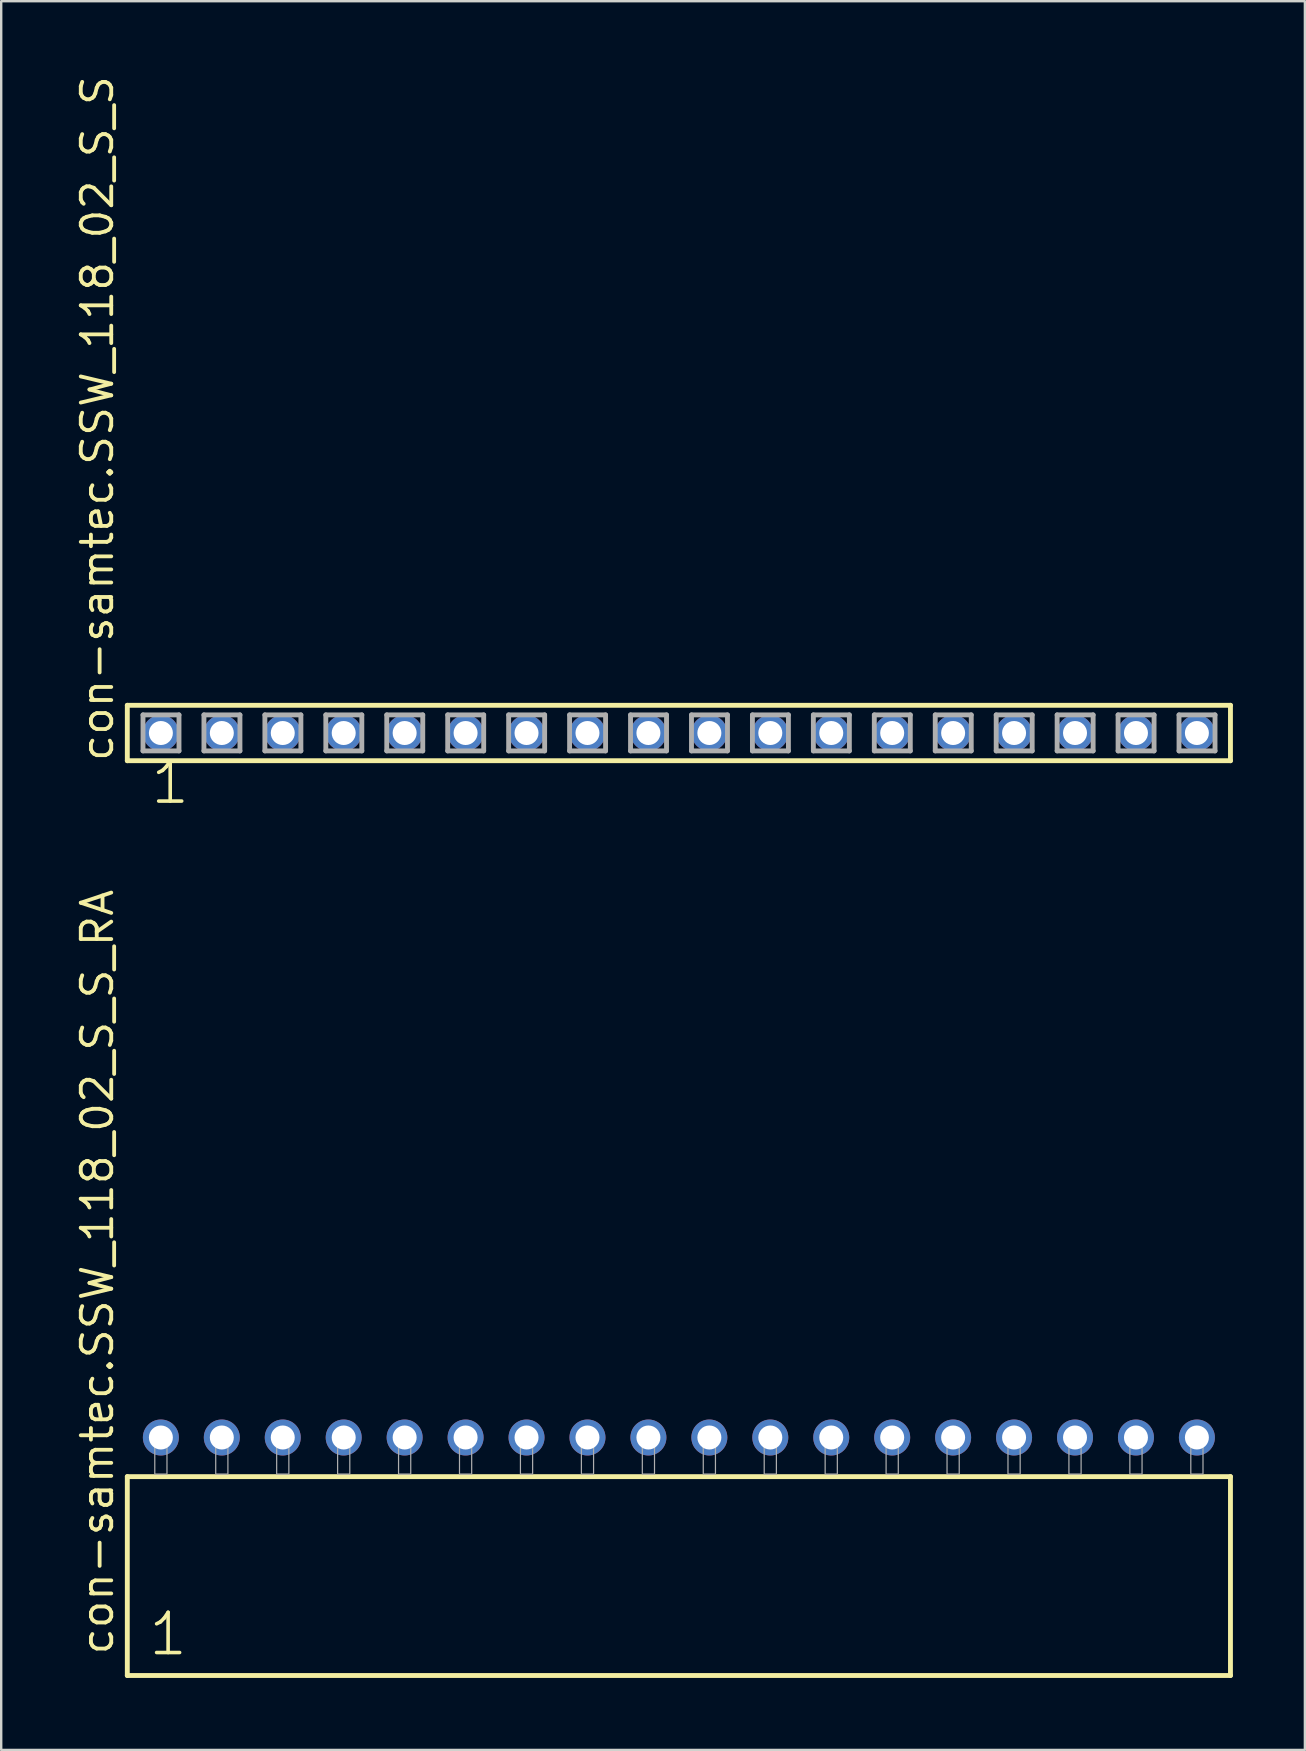
<source format=kicad_pcb>
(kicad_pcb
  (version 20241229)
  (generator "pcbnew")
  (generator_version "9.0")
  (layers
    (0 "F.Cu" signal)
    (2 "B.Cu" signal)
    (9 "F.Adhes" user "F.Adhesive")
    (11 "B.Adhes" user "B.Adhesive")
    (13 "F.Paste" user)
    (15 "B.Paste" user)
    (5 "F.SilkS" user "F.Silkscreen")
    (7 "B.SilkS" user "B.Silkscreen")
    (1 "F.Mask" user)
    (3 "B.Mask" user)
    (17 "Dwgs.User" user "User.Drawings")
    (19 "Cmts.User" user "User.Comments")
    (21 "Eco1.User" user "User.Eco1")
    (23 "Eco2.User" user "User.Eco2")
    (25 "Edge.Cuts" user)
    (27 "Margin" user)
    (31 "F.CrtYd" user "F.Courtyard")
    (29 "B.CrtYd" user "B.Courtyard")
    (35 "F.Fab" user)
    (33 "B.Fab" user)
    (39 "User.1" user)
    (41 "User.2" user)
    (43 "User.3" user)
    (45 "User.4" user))
  (footprint "con-samtec.SSW_118_02_S_S"
    (layer "F.Cu")
    (at 25.245 27.501)
    (property "Reference" "con-samtec.SSW_118_02_S_S" (at -23.495 1.27 90) (layer "F.SilkS") (effects (font (size 1.27 1.27) (thickness 0.16)) (justify left bottom)))
    (attr through_hole)
    (fp_line (start -22.989 -1.155) (end 22.989 -1.155) (stroke (width 0.203) (type default)) (layer "F.SilkS"))
    (fp_line (start -22.989 1.155) (end -22.989 -1.155) (stroke (width 0.203) (type default)) (layer "F.SilkS"))
    (fp_line (start 22.989 -1.155) (end 22.989 1.155) (stroke (width 0.203) (type default)) (layer "F.SilkS"))
    (fp_line (start 22.989 1.155) (end -22.989 1.155) (stroke (width 0.203) (type default)) (layer "F.SilkS"))
    (fp_line (start -22.335 -0.755) (end -20.835 -0.755) (stroke (width 0.203) (type default)) (layer "F.Fab"))
    (fp_line (start -22.335 0.745) (end -22.335 -0.755) (stroke (width 0.203) (type default)) (layer "F.Fab"))
    (fp_line (start -20.835 -0.755) (end -20.835 0.745) (stroke (width 0.203) (type default)) (layer "F.Fab"))
    (fp_line (start -20.835 0.745) (end -22.335 0.745) (stroke (width 0.203) (type default)) (layer "F.Fab"))
    (fp_line (start -19.795 -0.755) (end -18.295 -0.755) (stroke (width 0.203) (type default)) (layer "F.Fab"))
    (fp_line (start -19.795 0.745) (end -19.795 -0.755) (stroke (width 0.203) (type default)) (layer "F.Fab"))
    (fp_line (start -18.295 -0.755) (end -18.295 0.745) (stroke (width 0.203) (type default)) (layer "F.Fab"))
    (fp_line (start -18.295 0.745) (end -19.795 0.745) (stroke (width 0.203) (type default)) (layer "F.Fab"))
    (fp_line (start -17.255 -0.755) (end -15.755 -0.755) (stroke (width 0.203) (type default)) (layer "F.Fab"))
    (fp_line (start -17.255 0.745) (end -17.255 -0.755) (stroke (width 0.203) (type default)) (layer "F.Fab"))
    (fp_line (start -15.755 -0.755) (end -15.755 0.745) (stroke (width 0.203) (type default)) (layer "F.Fab"))
    (fp_line (start -15.755 0.745) (end -17.255 0.745) (stroke (width 0.203) (type default)) (layer "F.Fab"))
    (fp_line (start -14.715 -0.755) (end -13.215 -0.755) (stroke (width 0.203) (type default)) (layer "F.Fab"))
    (fp_line (start -14.715 0.745) (end -14.715 -0.755) (stroke (width 0.203) (type default)) (layer "F.Fab"))
    (fp_line (start -13.215 -0.755) (end -13.215 0.745) (stroke (width 0.203) (type default)) (layer "F.Fab"))
    (fp_line (start -13.215 0.745) (end -14.715 0.745) (stroke (width 0.203) (type default)) (layer "F.Fab"))
    (fp_line (start -12.175 -0.755) (end -10.675 -0.755) (stroke (width 0.203) (type default)) (layer "F.Fab"))
    (fp_line (start -12.175 0.745) (end -12.175 -0.755) (stroke (width 0.203) (type default)) (layer "F.Fab"))
    (fp_line (start -10.675 -0.755) (end -10.675 0.745) (stroke (width 0.203) (type default)) (layer "F.Fab"))
    (fp_line (start -10.675 0.745) (end -12.175 0.745) (stroke (width 0.203) (type default)) (layer "F.Fab"))
    (fp_line (start -9.635 -0.755) (end -8.135 -0.755) (stroke (width 0.203) (type default)) (layer "F.Fab"))
    (fp_line (start -9.635 0.745) (end -9.635 -0.755) (stroke (width 0.203) (type default)) (layer "F.Fab"))
    (fp_line (start -8.135 -0.755) (end -8.135 0.745) (stroke (width 0.203) (type default)) (layer "F.Fab"))
    (fp_line (start -8.135 0.745) (end -9.635 0.745) (stroke (width 0.203) (type default)) (layer "F.Fab"))
    (fp_line (start -7.095 -0.755) (end -5.595 -0.755) (stroke (width 0.203) (type default)) (layer "F.Fab"))
    (fp_line (start -7.095 0.745) (end -7.095 -0.755) (stroke (width 0.203) (type default)) (layer "F.Fab"))
    (fp_line (start -5.595 -0.755) (end -5.595 0.745) (stroke (width 0.203) (type default)) (layer "F.Fab"))
    (fp_line (start -5.595 0.745) (end -7.095 0.745) (stroke (width 0.203) (type default)) (layer "F.Fab"))
    (fp_line (start -4.555 -0.755) (end -3.055 -0.755) (stroke (width 0.203) (type default)) (layer "F.Fab"))
    (fp_line (start -4.555 0.745) (end -4.555 -0.755) (stroke (width 0.203) (type default)) (layer "F.Fab"))
    (fp_line (start -3.055 -0.755) (end -3.055 0.745) (stroke (width 0.203) (type default)) (layer "F.Fab"))
    (fp_line (start -3.055 0.745) (end -4.555 0.745) (stroke (width 0.203) (type default)) (layer "F.Fab"))
    (fp_line (start -2.015 -0.755) (end -0.515 -0.755) (stroke (width 0.203) (type default)) (layer "F.Fab"))
    (fp_line (start -2.015 0.745) (end -2.015 -0.755) (stroke (width 0.203) (type default)) (layer "F.Fab"))
    (fp_line (start -0.515 -0.755) (end -0.515 0.745) (stroke (width 0.203) (type default)) (layer "F.Fab"))
    (fp_line (start -0.515 0.745) (end -2.015 0.745) (stroke (width 0.203) (type default)) (layer "F.Fab"))
    (fp_line (start 0.525 -0.755) (end 2.025 -0.755) (stroke (width 0.203) (type default)) (layer "F.Fab"))
    (fp_line (start 0.525 0.745) (end 0.525 -0.755) (stroke (width 0.203) (type default)) (layer "F.Fab"))
    (fp_line (start 2.025 -0.755) (end 2.025 0.745) (stroke (width 0.203) (type default)) (layer "F.Fab"))
    (fp_line (start 2.025 0.745) (end 0.525 0.745) (stroke (width 0.203) (type default)) (layer "F.Fab"))
    (fp_line (start 3.065 -0.755) (end 4.565 -0.755) (stroke (width 0.203) (type default)) (layer "F.Fab"))
    (fp_line (start 3.065 0.745) (end 3.065 -0.755) (stroke (width 0.203) (type default)) (layer "F.Fab"))
    (fp_line (start 4.565 -0.755) (end 4.565 0.745) (stroke (width 0.203) (type default)) (layer "F.Fab"))
    (fp_line (start 4.565 0.745) (end 3.065 0.745) (stroke (width 0.203) (type default)) (layer "F.Fab"))
    (fp_line (start 5.605 -0.755) (end 7.105 -0.755) (stroke (width 0.203) (type default)) (layer "F.Fab"))
    (fp_line (start 5.605 0.745) (end 5.605 -0.755) (stroke (width 0.203) (type default)) (layer "F.Fab"))
    (fp_line (start 7.105 -0.755) (end 7.105 0.745) (stroke (width 0.203) (type default)) (layer "F.Fab"))
    (fp_line (start 7.105 0.745) (end 5.605 0.745) (stroke (width 0.203) (type default)) (layer "F.Fab"))
    (fp_line (start 8.145 -0.755) (end 9.645 -0.755) (stroke (width 0.203) (type default)) (layer "F.Fab"))
    (fp_line (start 8.145 0.745) (end 8.145 -0.755) (stroke (width 0.203) (type default)) (layer "F.Fab"))
    (fp_line (start 9.645 -0.755) (end 9.645 0.745) (stroke (width 0.203) (type default)) (layer "F.Fab"))
    (fp_line (start 9.645 0.745) (end 8.145 0.745) (stroke (width 0.203) (type default)) (layer "F.Fab"))
    (fp_line (start 10.685 -0.755) (end 12.185 -0.755) (stroke (width 0.203) (type default)) (layer "F.Fab"))
    (fp_line (start 10.685 0.745) (end 10.685 -0.755) (stroke (width 0.203) (type default)) (layer "F.Fab"))
    (fp_line (start 12.185 -0.755) (end 12.185 0.745) (stroke (width 0.203) (type default)) (layer "F.Fab"))
    (fp_line (start 12.185 0.745) (end 10.685 0.745) (stroke (width 0.203) (type default)) (layer "F.Fab"))
    (fp_line (start 13.225 -0.755) (end 14.725 -0.755) (stroke (width 0.203) (type default)) (layer "F.Fab"))
    (fp_line (start 13.225 0.745) (end 13.225 -0.755) (stroke (width 0.203) (type default)) (layer "F.Fab"))
    (fp_line (start 14.725 -0.755) (end 14.725 0.745) (stroke (width 0.203) (type default)) (layer "F.Fab"))
    (fp_line (start 14.725 0.745) (end 13.225 0.745) (stroke (width 0.203) (type default)) (layer "F.Fab"))
    (fp_line (start 15.765 -0.755) (end 17.265 -0.755) (stroke (width 0.203) (type default)) (layer "F.Fab"))
    (fp_line (start 15.765 0.745) (end 15.765 -0.755) (stroke (width 0.203) (type default)) (layer "F.Fab"))
    (fp_line (start 17.265 -0.755) (end 17.265 0.745) (stroke (width 0.203) (type default)) (layer "F.Fab"))
    (fp_line (start 17.265 0.745) (end 15.765 0.745) (stroke (width 0.203) (type default)) (layer "F.Fab"))
    (fp_line (start 18.305 -0.755) (end 19.805 -0.755) (stroke (width 0.203) (type default)) (layer "F.Fab"))
    (fp_line (start 18.305 0.745) (end 18.305 -0.755) (stroke (width 0.203) (type default)) (layer "F.Fab"))
    (fp_line (start 19.805 -0.755) (end 19.805 0.745) (stroke (width 0.203) (type default)) (layer "F.Fab"))
    (fp_line (start 19.805 0.745) (end 18.305 0.745) (stroke (width 0.203) (type default)) (layer "F.Fab"))
    (fp_line (start 20.845 -0.755) (end 22.345 -0.755) (stroke (width 0.203) (type default)) (layer "F.Fab"))
    (fp_line (start 20.845 0.745) (end 20.845 -0.755) (stroke (width 0.203) (type default)) (layer "F.Fab"))
    (fp_line (start 22.345 -0.755) (end 22.345 0.745) (stroke (width 0.203) (type default)) (layer "F.Fab"))
    (fp_line (start 22.345 0.745) (end 20.845 0.745) (stroke (width 0.203) (type default)) (layer "F.Fab"))
    (fp_text user "1" (at -22.098 3.048 0) (layer "F.SilkS") (effects (font (size 1.676 1.676) (thickness 0.15)) (justify left bottom)))
    (pad "1" thru_hole circle (at -21.59 0) (size 1.5 1.5) (drill 1) (layers "*.Cu" "*.Mask"))
    (pad "2" thru_hole circle (at -19.05 0) (size 1.5 1.5) (drill 1) (layers "*.Cu" "*.Mask"))
    (pad "3" thru_hole circle (at -16.51 0) (size 1.5 1.5) (drill 1) (layers "*.Cu" "*.Mask"))
    (pad "4" thru_hole circle (at -13.97 0) (size 1.5 1.5) (drill 1) (layers "*.Cu" "*.Mask"))
    (pad "5" thru_hole circle (at -11.43 0) (size 1.5 1.5) (drill 1) (layers "*.Cu" "*.Mask"))
    (pad "6" thru_hole circle (at -8.89 0) (size 1.5 1.5) (drill 1) (layers "*.Cu" "*.Mask"))
    (pad "7" thru_hole circle (at -6.35 0) (size 1.5 1.5) (drill 1) (layers "*.Cu" "*.Mask"))
    (pad "8" thru_hole circle (at -3.81 0) (size 1.5 1.5) (drill 1) (layers "*.Cu" "*.Mask"))
    (pad "9" thru_hole circle (at -1.27 0) (size 1.5 1.5) (drill 1) (layers "*.Cu" "*.Mask"))
    (pad "10" thru_hole circle (at 1.27 0) (size 1.5 1.5) (drill 1) (layers "*.Cu" "*.Mask"))
    (pad "11" thru_hole circle (at 3.81 0) (size 1.5 1.5) (drill 1) (layers "*.Cu" "*.Mask"))
    (pad "12" thru_hole circle (at 6.35 0) (size 1.5 1.5) (drill 1) (layers "*.Cu" "*.Mask"))
    (pad "13" thru_hole circle (at 8.89 0) (size 1.5 1.5) (drill 1) (layers "*.Cu" "*.Mask"))
    (pad "14" thru_hole circle (at 11.43 0) (size 1.5 1.5) (drill 1) (layers "*.Cu" "*.Mask"))
    (pad "15" thru_hole circle (at 13.97 0) (size 1.5 1.5) (drill 1) (layers "*.Cu" "*.Mask"))
    (pad "16" thru_hole circle (at 16.51 0) (size 1.5 1.5) (drill 1) (layers "*.Cu" "*.Mask"))
    (pad "17" thru_hole circle (at 19.05 0) (size 1.5 1.5) (drill 1) (layers "*.Cu" "*.Mask"))
    (pad "18" thru_hole circle (at 21.59 0) (size 1.5 1.5) (drill 1) (layers "*.Cu" "*.Mask")))
  (footprint "con-samtec.SSW_118_02_S_S_RA"
    (layer "F.Cu")
    (at 25.245 58.387)
    (property "Reference" "con-samtec.SSW_118_02_S_S_RA" (at -23.495 7.62 90) (layer "F.SilkS") (effects (font (size 1.27 1.27) (thickness 0.16)) (justify left bottom)))
    (attr through_hole)
    (fp_line (start -22.989 0.106) (end -22.989 8.396) (stroke (width 0.203) (type default)) (layer "F.SilkS"))
    (fp_line (start -22.989 8.396) (end 22.989 8.396) (stroke (width 0.203) (type default)) (layer "F.SilkS"))
    (fp_line (start 22.989 0.106) (end -22.989 0.106) (stroke (width 0.203) (type default)) (layer "F.SilkS"))
    (fp_line (start 22.989 8.396) (end 22.989 0.106) (stroke (width 0.203) (type default)) (layer "F.SilkS"))
    (fp_rect (start -21.844 0) (end -21.336 -1.778) (stroke (width 0.05) (type default)) (fill no) (layer "F.Fab"))
    (fp_rect (start -19.304 0) (end -18.796 -1.778) (stroke (width 0.05) (type default)) (fill no) (layer "F.Fab"))
    (fp_rect (start -16.764 0) (end -16.256 -1.778) (stroke (width 0.05) (type default)) (fill no) (layer "F.Fab"))
    (fp_rect (start -14.224 0) (end -13.716 -1.778) (stroke (width 0.05) (type default)) (fill no) (layer "F.Fab"))
    (fp_rect (start -11.684 0) (end -11.176 -1.778) (stroke (width 0.05) (type default)) (fill no) (layer "F.Fab"))
    (fp_rect (start -9.144 0) (end -8.636 -1.778) (stroke (width 0.05) (type default)) (fill no) (layer "F.Fab"))
    (fp_rect (start -6.604 0) (end -6.096 -1.778) (stroke (width 0.05) (type default)) (fill no) (layer "F.Fab"))
    (fp_rect (start -4.064 0) (end -3.556 -1.778) (stroke (width 0.05) (type default)) (fill no) (layer "F.Fab"))
    (fp_rect (start -1.524 0) (end -1.016 -1.778) (stroke (width 0.05) (type default)) (fill no) (layer "F.Fab"))
    (fp_rect (start 1.016 0) (end 1.524 -1.778) (stroke (width 0.05) (type default)) (fill no) (layer "F.Fab"))
    (fp_rect (start 3.556 0) (end 4.064 -1.778) (stroke (width 0.05) (type default)) (fill no) (layer "F.Fab"))
    (fp_rect (start 6.096 0) (end 6.604 -1.778) (stroke (width 0.05) (type default)) (fill no) (layer "F.Fab"))
    (fp_rect (start 8.636 0) (end 9.144 -1.778) (stroke (width 0.05) (type default)) (fill no) (layer "F.Fab"))
    (fp_rect (start 11.176 0) (end 11.684 -1.778) (stroke (width 0.05) (type default)) (fill no) (layer "F.Fab"))
    (fp_rect (start 13.716 0) (end 14.224 -1.778) (stroke (width 0.05) (type default)) (fill no) (layer "F.Fab"))
    (fp_rect (start 16.256 0) (end 16.764 -1.778) (stroke (width 0.05) (type default)) (fill no) (layer "F.Fab"))
    (fp_rect (start 18.796 0) (end 19.304 -1.778) (stroke (width 0.05) (type default)) (fill no) (layer "F.Fab"))
    (fp_rect (start 21.336 0) (end 21.844 -1.778) (stroke (width 0.05) (type default)) (fill no) (layer "F.Fab"))
    (fp_text user "1" (at -22.185 7.65 0) (layer "F.SilkS") (effects (font (size 1.676 1.676) (thickness 0.15)) (justify left bottom)))
    (pad "1" thru_hole circle (at -21.59 -1.524) (size 1.5 1.5) (drill 1) (layers "*.Cu" "*.Mask"))
    (pad "2" thru_hole circle (at -19.05 -1.524) (size 1.5 1.5) (drill 1) (layers "*.Cu" "*.Mask"))
    (pad "3" thru_hole circle (at -16.51 -1.524) (size 1.5 1.5) (drill 1) (layers "*.Cu" "*.Mask"))
    (pad "4" thru_hole circle (at -13.97 -1.524) (size 1.5 1.5) (drill 1) (layers "*.Cu" "*.Mask"))
    (pad "5" thru_hole circle (at -11.43 -1.524) (size 1.5 1.5) (drill 1) (layers "*.Cu" "*.Mask"))
    (pad "6" thru_hole circle (at -8.89 -1.524) (size 1.5 1.5) (drill 1) (layers "*.Cu" "*.Mask"))
    (pad "7" thru_hole circle (at -6.35 -1.524) (size 1.5 1.5) (drill 1) (layers "*.Cu" "*.Mask"))
    (pad "8" thru_hole circle (at -3.81 -1.524) (size 1.5 1.5) (drill 1) (layers "*.Cu" "*.Mask"))
    (pad "9" thru_hole circle (at -1.27 -1.524) (size 1.5 1.5) (drill 1) (layers "*.Cu" "*.Mask"))
    (pad "10" thru_hole circle (at 1.27 -1.524) (size 1.5 1.5) (drill 1) (layers "*.Cu" "*.Mask"))
    (pad "11" thru_hole circle (at 3.81 -1.524) (size 1.5 1.5) (drill 1) (layers "*.Cu" "*.Mask"))
    (pad "12" thru_hole circle (at 6.35 -1.524) (size 1.5 1.5) (drill 1) (layers "*.Cu" "*.Mask"))
    (pad "13" thru_hole circle (at 8.89 -1.524) (size 1.5 1.5) (drill 1) (layers "*.Cu" "*.Mask"))
    (pad "14" thru_hole circle (at 11.43 -1.524) (size 1.5 1.5) (drill 1) (layers "*.Cu" "*.Mask"))
    (pad "15" thru_hole circle (at 13.97 -1.524) (size 1.5 1.5) (drill 1) (layers "*.Cu" "*.Mask"))
    (pad "16" thru_hole circle (at 16.51 -1.524) (size 1.5 1.5) (drill 1) (layers "*.Cu" "*.Mask"))
    (pad "17" thru_hole circle (at 19.05 -1.524) (size 1.5 1.5) (drill 1) (layers "*.Cu" "*.Mask"))
    (pad "18" thru_hole circle (at 21.59 -1.524) (size 1.5 1.5) (drill 1) (layers "*.Cu" "*.Mask")))
  (gr_rect
    (start -3 -3)
    (end 51.336 69.885)
    (stroke (width 0.1) (type default))
    (fill no)
    (layer "Edge.Cuts")))
</source>
